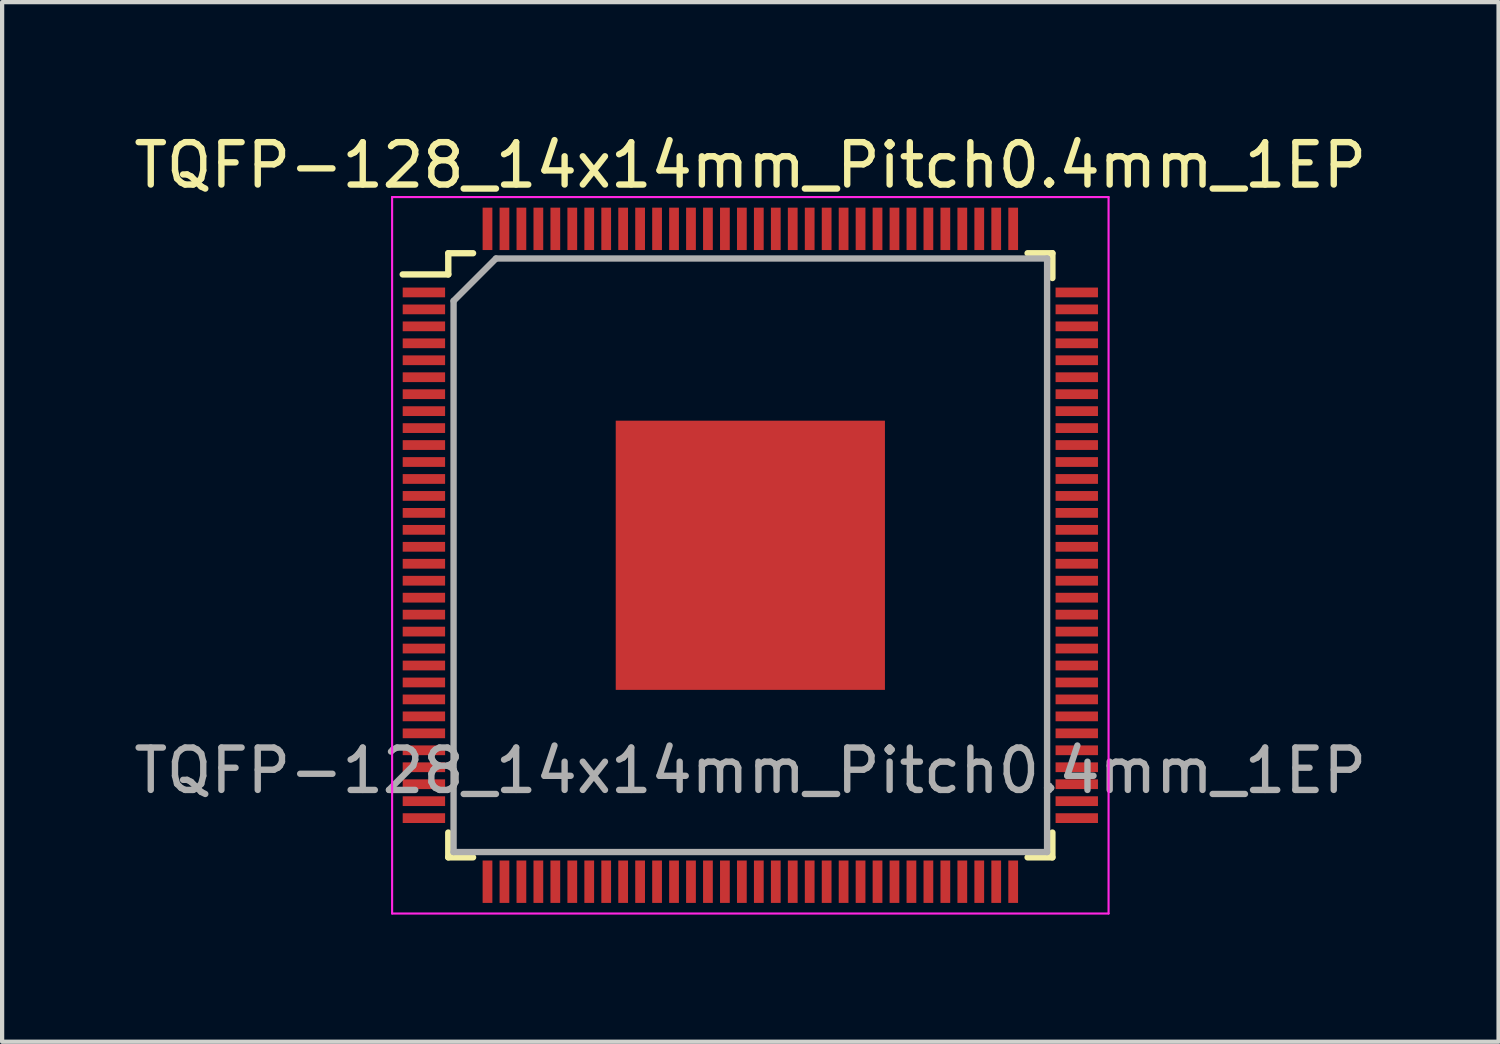
<source format=kicad_pcb>
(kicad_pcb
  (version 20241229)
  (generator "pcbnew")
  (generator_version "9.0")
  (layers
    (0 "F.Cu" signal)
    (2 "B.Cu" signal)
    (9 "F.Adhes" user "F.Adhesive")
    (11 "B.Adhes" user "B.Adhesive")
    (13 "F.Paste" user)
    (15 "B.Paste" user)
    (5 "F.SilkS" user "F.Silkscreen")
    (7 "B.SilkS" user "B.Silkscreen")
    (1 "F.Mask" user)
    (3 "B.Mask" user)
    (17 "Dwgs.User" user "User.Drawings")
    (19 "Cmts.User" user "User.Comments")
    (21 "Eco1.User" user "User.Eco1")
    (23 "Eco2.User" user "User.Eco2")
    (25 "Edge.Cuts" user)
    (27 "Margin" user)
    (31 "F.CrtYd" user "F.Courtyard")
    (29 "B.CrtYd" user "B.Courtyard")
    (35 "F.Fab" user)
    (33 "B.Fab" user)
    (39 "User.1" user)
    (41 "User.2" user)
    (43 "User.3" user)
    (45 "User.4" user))
  (footprint "TQFP-128_14x14mm_Pitch0.4mm_1EP"
    (layer "F.Cu")
    (at 14.649 10.048)
    (property "Reference" "TQFP-128_14x14mm_Pitch0.4mm_1EP" (at 0 -9.2 0) (layer "F.SilkS") (effects (font (size 1 1) (thickness 0.15))))
    (attr smd)
    (fp_line (start -7.125 -7.125) (end -7.125 -6.625) (stroke (width 0.15) (type solid)) (layer "F.SilkS"))
    (fp_line (start -7.125 -7.125) (end -6.54 -7.125) (stroke (width 0.15) (type solid)) (layer "F.SilkS"))
    (fp_line (start -7.125 -6.625) (end -8.2 -6.625) (stroke (width 0.15) (type solid)) (layer "F.SilkS"))
    (fp_line (start -7.125 7.125) (end -7.125 6.54) (stroke (width 0.15) (type solid)) (layer "F.SilkS"))
    (fp_line (start -7.125 7.125) (end -6.54 7.125) (stroke (width 0.15) (type solid)) (layer "F.SilkS"))
    (fp_line (start 7.125 -7.125) (end 6.54 -7.125) (stroke (width 0.15) (type solid)) (layer "F.SilkS"))
    (fp_line (start 7.125 -7.125) (end 7.125 -6.54) (stroke (width 0.15) (type solid)) (layer "F.SilkS"))
    (fp_line (start 7.125 7.125) (end 6.54 7.125) (stroke (width 0.15) (type solid)) (layer "F.SilkS"))
    (fp_line (start 7.125 7.125) (end 7.125 6.54) (stroke (width 0.15) (type solid)) (layer "F.SilkS"))
    (fp_line (start -8.45 -8.45) (end -8.45 8.45) (stroke (width 0.05) (type solid)) (layer "F.CrtYd"))
    (fp_line (start -8.45 -8.45) (end 8.45 -8.45) (stroke (width 0.05) (type solid)) (layer "F.CrtYd"))
    (fp_line (start -8.45 8.45) (end 8.45 8.45) (stroke (width 0.05) (type solid)) (layer "F.CrtYd"))
    (fp_line (start 8.45 -8.45) (end 8.45 8.45) (stroke (width 0.05) (type solid)) (layer "F.CrtYd"))
    (fp_line (start -7 -6) (end -6 -7) (stroke (width 0.15) (type solid)) (layer "F.Fab"))
    (fp_line (start -7 7) (end -7 -6) (stroke (width 0.15) (type solid)) (layer "F.Fab"))
    (fp_line (start -6 -7) (end 7 -7) (stroke (width 0.15) (type solid)) (layer "F.Fab"))
    (fp_line (start 7 -7) (end 7 7) (stroke (width 0.15) (type solid)) (layer "F.Fab"))
    (fp_line (start 7 7) (end -7 7) (stroke (width 0.15) (type solid)) (layer "F.Fab"))
    (fp_text user "${REFERENCE}" (at 0 5.08 0) (layer "F.Fab") (effects (font (size 1 1) (thickness 0.15))))
    (pad "1" smd rect (at -7.7 -6.2) (size 1 0.23) (layers "F.Cu" "F.Mask" "F.Paste"))
    (pad "2" smd rect (at -7.7 -5.8) (size 1 0.23) (layers "F.Cu" "F.Mask" "F.Paste"))
    (pad "3" smd rect (at -7.7 -5.4) (size 1 0.23) (layers "F.Cu" "F.Mask" "F.Paste"))
    (pad "4" smd rect (at -7.7 -5) (size 1 0.23) (layers "F.Cu" "F.Mask" "F.Paste"))
    (pad "5" smd rect (at -7.7 -4.6) (size 1 0.23) (layers "F.Cu" "F.Mask" "F.Paste"))
    (pad "6" smd rect (at -7.7 -4.2) (size 1 0.23) (layers "F.Cu" "F.Mask" "F.Paste"))
    (pad "7" smd rect (at -7.7 -3.8) (size 1 0.23) (layers "F.Cu" "F.Mask" "F.Paste"))
    (pad "8" smd rect (at -7.7 -3.4) (size 1 0.23) (layers "F.Cu" "F.Mask" "F.Paste"))
    (pad "9" smd rect (at -7.7 -3) (size 1 0.23) (layers "F.Cu" "F.Mask" "F.Paste"))
    (pad "10" smd rect (at -7.7 -2.6) (size 1 0.23) (layers "F.Cu" "F.Mask" "F.Paste"))
    (pad "11" smd rect (at -7.7 -2.2) (size 1 0.23) (layers "F.Cu" "F.Mask" "F.Paste"))
    (pad "12" smd rect (at -7.7 -1.8) (size 1 0.23) (layers "F.Cu" "F.Mask" "F.Paste"))
    (pad "13" smd rect (at -7.7 -1.4) (size 1 0.23) (layers "F.Cu" "F.Mask" "F.Paste"))
    (pad "14" smd rect (at -7.7 -1) (size 1 0.23) (layers "F.Cu" "F.Mask" "F.Paste"))
    (pad "15" smd rect (at -7.7 -0.6) (size 1 0.23) (layers "F.Cu" "F.Mask" "F.Paste"))
    (pad "16" smd rect (at -7.7 -0.2) (size 1 0.23) (layers "F.Cu" "F.Mask" "F.Paste"))
    (pad "17" smd rect (at -7.7 0.2) (size 1 0.23) (layers "F.Cu" "F.Mask" "F.Paste"))
    (pad "18" smd rect (at -7.7 0.6) (size 1 0.23) (layers "F.Cu" "F.Mask" "F.Paste"))
    (pad "19" smd rect (at -7.7 1) (size 1 0.23) (layers "F.Cu" "F.Mask" "F.Paste"))
    (pad "20" smd rect (at -7.7 1.4) (size 1 0.23) (layers "F.Cu" "F.Mask" "F.Paste"))
    (pad "21" smd rect (at -7.7 1.8) (size 1 0.23) (layers "F.Cu" "F.Mask" "F.Paste"))
    (pad "22" smd rect (at -7.7 2.2) (size 1 0.23) (layers "F.Cu" "F.Mask" "F.Paste"))
    (pad "23" smd rect (at -7.7 2.6) (size 1 0.23) (layers "F.Cu" "F.Mask" "F.Paste"))
    (pad "24" smd rect (at -7.7 3) (size 1 0.23) (layers "F.Cu" "F.Mask" "F.Paste"))
    (pad "25" smd rect (at -7.7 3.4) (size 1 0.23) (layers "F.Cu" "F.Mask" "F.Paste"))
    (pad "26" smd rect (at -7.7 3.8) (size 1 0.23) (layers "F.Cu" "F.Mask" "F.Paste"))
    (pad "27" smd rect (at -7.7 4.2) (size 1 0.23) (layers "F.Cu" "F.Mask" "F.Paste"))
    (pad "28" smd rect (at -7.7 4.6) (size 1 0.23) (layers "F.Cu" "F.Mask" "F.Paste"))
    (pad "29" smd rect (at -7.7 5) (size 1 0.23) (layers "F.Cu" "F.Mask" "F.Paste"))
    (pad "30" smd rect (at -7.7 5.4) (size 1 0.23) (layers "F.Cu" "F.Mask" "F.Paste"))
    (pad "31" smd rect (at -7.7 5.8) (size 1 0.23) (layers "F.Cu" "F.Mask" "F.Paste"))
    (pad "32" smd rect (at -7.7 6.2) (size 1 0.23) (layers "F.Cu" "F.Mask" "F.Paste"))
    (pad "33" smd rect (at -6.2 7.7 90) (size 1 0.23) (layers "F.Cu" "F.Mask" "F.Paste"))
    (pad "34" smd rect (at -5.8 7.7 90) (size 1 0.23) (layers "F.Cu" "F.Mask" "F.Paste"))
    (pad "35" smd rect (at -5.4 7.7 90) (size 1 0.23) (layers "F.Cu" "F.Mask" "F.Paste"))
    (pad "36" smd rect (at -5 7.7 90) (size 1 0.23) (layers "F.Cu" "F.Mask" "F.Paste"))
    (pad "37" smd rect (at -4.6 7.7 90) (size 1 0.23) (layers "F.Cu" "F.Mask" "F.Paste"))
    (pad "38" smd rect (at -4.2 7.7 90) (size 1 0.23) (layers "F.Cu" "F.Mask" "F.Paste"))
    (pad "39" smd rect (at -3.8 7.7 90) (size 1 0.23) (layers "F.Cu" "F.Mask" "F.Paste"))
    (pad "40" smd rect (at -3.4 7.7 90) (size 1 0.23) (layers "F.Cu" "F.Mask" "F.Paste"))
    (pad "41" smd rect (at -3 7.7 90) (size 1 0.23) (layers "F.Cu" "F.Mask" "F.Paste"))
    (pad "42" smd rect (at -2.6 7.7 90) (size 1 0.23) (layers "F.Cu" "F.Mask" "F.Paste"))
    (pad "43" smd rect (at -2.2 7.7 90) (size 1 0.23) (layers "F.Cu" "F.Mask" "F.Paste"))
    (pad "44" smd rect (at -1.8 7.7 90) (size 1 0.23) (layers "F.Cu" "F.Mask" "F.Paste"))
    (pad "45" smd rect (at -1.4 7.7 90) (size 1 0.23) (layers "F.Cu" "F.Mask" "F.Paste"))
    (pad "46" smd rect (at -1 7.7 90) (size 1 0.23) (layers "F.Cu" "F.Mask" "F.Paste"))
    (pad "47" smd rect (at -0.6 7.7 90) (size 1 0.23) (layers "F.Cu" "F.Mask" "F.Paste"))
    (pad "48" smd rect (at -0.2 7.7 90) (size 1 0.23) (layers "F.Cu" "F.Mask" "F.Paste"))
    (pad "49" smd rect (at 0.2 7.7 90) (size 1 0.23) (layers "F.Cu" "F.Mask" "F.Paste"))
    (pad "50" smd rect (at 0.6 7.7 90) (size 1 0.23) (layers "F.Cu" "F.Mask" "F.Paste"))
    (pad "51" smd rect (at 1 7.7 90) (size 1 0.23) (layers "F.Cu" "F.Mask" "F.Paste"))
    (pad "52" smd rect (at 1.4 7.7 90) (size 1 0.23) (layers "F.Cu" "F.Mask" "F.Paste"))
    (pad "53" smd rect (at 1.8 7.7 90) (size 1 0.23) (layers "F.Cu" "F.Mask" "F.Paste"))
    (pad "54" smd rect (at 2.2 7.7 90) (size 1 0.23) (layers "F.Cu" "F.Mask" "F.Paste"))
    (pad "55" smd rect (at 2.6 7.7 90) (size 1 0.23) (layers "F.Cu" "F.Mask" "F.Paste"))
    (pad "56" smd rect (at 3 7.7 90) (size 1 0.23) (layers "F.Cu" "F.Mask" "F.Paste"))
    (pad "57" smd rect (at 3.4 7.7 90) (size 1 0.23) (layers "F.Cu" "F.Mask" "F.Paste"))
    (pad "58" smd rect (at 3.8 7.7 90) (size 1 0.23) (layers "F.Cu" "F.Mask" "F.Paste"))
    (pad "59" smd rect (at 4.2 7.7 90) (size 1 0.23) (layers "F.Cu" "F.Mask" "F.Paste"))
    (pad "60" smd rect (at 4.6 7.7 90) (size 1 0.23) (layers "F.Cu" "F.Mask" "F.Paste"))
    (pad "61" smd rect (at 5 7.7 90) (size 1 0.23) (layers "F.Cu" "F.Mask" "F.Paste"))
    (pad "62" smd rect (at 5.4 7.7 90) (size 1 0.23) (layers "F.Cu" "F.Mask" "F.Paste"))
    (pad "63" smd rect (at 5.8 7.7 90) (size 1 0.23) (layers "F.Cu" "F.Mask" "F.Paste"))
    (pad "64" smd rect (at 6.2 7.7 90) (size 1 0.23) (layers "F.Cu" "F.Mask" "F.Paste"))
    (pad "65" smd rect (at 7.7 6.2) (size 1 0.23) (layers "F.Cu" "F.Mask" "F.Paste"))
    (pad "66" smd rect (at 7.7 5.8) (size 1 0.23) (layers "F.Cu" "F.Mask" "F.Paste"))
    (pad "67" smd rect (at 7.7 5.4) (size 1 0.23) (layers "F.Cu" "F.Mask" "F.Paste"))
    (pad "68" smd rect (at 7.7 5) (size 1 0.23) (layers "F.Cu" "F.Mask" "F.Paste"))
    (pad "69" smd rect (at 7.7 4.6) (size 1 0.23) (layers "F.Cu" "F.Mask" "F.Paste"))
    (pad "70" smd rect (at 7.7 4.2) (size 1 0.23) (layers "F.Cu" "F.Mask" "F.Paste"))
    (pad "71" smd rect (at 7.7 3.8) (size 1 0.23) (layers "F.Cu" "F.Mask" "F.Paste"))
    (pad "72" smd rect (at 7.7 3.4) (size 1 0.23) (layers "F.Cu" "F.Mask" "F.Paste"))
    (pad "73" smd rect (at 7.7 3) (size 1 0.23) (layers "F.Cu" "F.Mask" "F.Paste"))
    (pad "74" smd rect (at 7.7 2.6) (size 1 0.23) (layers "F.Cu" "F.Mask" "F.Paste"))
    (pad "75" smd rect (at 7.7 2.2) (size 1 0.23) (layers "F.Cu" "F.Mask" "F.Paste"))
    (pad "76" smd rect (at 7.7 1.8) (size 1 0.23) (layers "F.Cu" "F.Mask" "F.Paste"))
    (pad "77" smd rect (at 7.7 1.4) (size 1 0.23) (layers "F.Cu" "F.Mask" "F.Paste"))
    (pad "78" smd rect (at 7.7 1) (size 1 0.23) (layers "F.Cu" "F.Mask" "F.Paste"))
    (pad "79" smd rect (at 7.7 0.6) (size 1 0.23) (layers "F.Cu" "F.Mask" "F.Paste"))
    (pad "80" smd rect (at 7.7 0.2) (size 1 0.23) (layers "F.Cu" "F.Mask" "F.Paste"))
    (pad "81" smd rect (at 7.7 -0.2) (size 1 0.23) (layers "F.Cu" "F.Mask" "F.Paste"))
    (pad "82" smd rect (at 7.7 -0.6) (size 1 0.23) (layers "F.Cu" "F.Mask" "F.Paste"))
    (pad "83" smd rect (at 7.7 -1) (size 1 0.23) (layers "F.Cu" "F.Mask" "F.Paste"))
    (pad "84" smd rect (at 7.7 -1.4) (size 1 0.23) (layers "F.Cu" "F.Mask" "F.Paste"))
    (pad "85" smd rect (at 7.7 -1.8) (size 1 0.23) (layers "F.Cu" "F.Mask" "F.Paste"))
    (pad "86" smd rect (at 7.7 -2.2) (size 1 0.23) (layers "F.Cu" "F.Mask" "F.Paste"))
    (pad "87" smd rect (at 7.7 -2.6) (size 1 0.23) (layers "F.Cu" "F.Mask" "F.Paste"))
    (pad "88" smd rect (at 7.7 -3) (size 1 0.23) (layers "F.Cu" "F.Mask" "F.Paste"))
    (pad "89" smd rect (at 7.7 -3.4) (size 1 0.23) (layers "F.Cu" "F.Mask" "F.Paste"))
    (pad "90" smd rect (at 7.7 -3.8) (size 1 0.23) (layers "F.Cu" "F.Mask" "F.Paste"))
    (pad "91" smd rect (at 7.7 -4.2) (size 1 0.23) (layers "F.Cu" "F.Mask" "F.Paste"))
    (pad "92" smd rect (at 7.7 -4.6) (size 1 0.23) (layers "F.Cu" "F.Mask" "F.Paste"))
    (pad "93" smd rect (at 7.7 -5) (size 1 0.23) (layers "F.Cu" "F.Mask" "F.Paste"))
    (pad "94" smd rect (at 7.7 -5.4) (size 1 0.23) (layers "F.Cu" "F.Mask" "F.Paste"))
    (pad "95" smd rect (at 7.7 -5.8) (size 1 0.23) (layers "F.Cu" "F.Mask" "F.Paste"))
    (pad "96" smd rect (at 7.7 -6.2) (size 1 0.23) (layers "F.Cu" "F.Mask" "F.Paste"))
    (pad "97" smd rect (at 6.2 -7.7 90) (size 1 0.23) (layers "F.Cu" "F.Mask" "F.Paste"))
    (pad "98" smd rect (at 5.8 -7.7 90) (size 1 0.23) (layers "F.Cu" "F.Mask" "F.Paste"))
    (pad "99" smd rect (at 5.4 -7.7 90) (size 1 0.23) (layers "F.Cu" "F.Mask" "F.Paste"))
    (pad "100" smd rect (at 5 -7.7 90) (size 1 0.23) (layers "F.Cu" "F.Mask" "F.Paste"))
    (pad "101" smd rect (at 4.6 -7.7 90) (size 1 0.23) (layers "F.Cu" "F.Mask" "F.Paste"))
    (pad "102" smd rect (at 4.2 -7.7 90) (size 1 0.23) (layers "F.Cu" "F.Mask" "F.Paste"))
    (pad "103" smd rect (at 3.8 -7.7 90) (size 1 0.23) (layers "F.Cu" "F.Mask" "F.Paste"))
    (pad "104" smd rect (at 3.4 -7.7 90) (size 1 0.23) (layers "F.Cu" "F.Mask" "F.Paste"))
    (pad "105" smd rect (at 3 -7.7 90) (size 1 0.23) (layers "F.Cu" "F.Mask" "F.Paste"))
    (pad "106" smd rect (at 2.6 -7.7 90) (size 1 0.23) (layers "F.Cu" "F.Mask" "F.Paste"))
    (pad "107" smd rect (at 2.2 -7.7 90) (size 1 0.23) (layers "F.Cu" "F.Mask" "F.Paste"))
    (pad "108" smd rect (at 1.8 -7.7 90) (size 1 0.23) (layers "F.Cu" "F.Mask" "F.Paste"))
    (pad "109" smd rect (at 1.4 -7.7 90) (size 1 0.23) (layers "F.Cu" "F.Mask" "F.Paste"))
    (pad "110" smd rect (at 1 -7.7 90) (size 1 0.23) (layers "F.Cu" "F.Mask" "F.Paste"))
    (pad "111" smd rect (at 0.6 -7.7 90) (size 1 0.23) (layers "F.Cu" "F.Mask" "F.Paste"))
    (pad "112" smd rect (at 0.2 -7.7 90) (size 1 0.23) (layers "F.Cu" "F.Mask" "F.Paste"))
    (pad "113" smd rect (at -0.2 -7.7 90) (size 1 0.23) (layers "F.Cu" "F.Mask" "F.Paste"))
    (pad "114" smd rect (at -0.6 -7.7 90) (size 1 0.23) (layers "F.Cu" "F.Mask" "F.Paste"))
    (pad "115" smd rect (at -1 -7.7 90) (size 1 0.23) (layers "F.Cu" "F.Mask" "F.Paste"))
    (pad "116" smd rect (at -1.4 -7.7 90) (size 1 0.23) (layers "F.Cu" "F.Mask" "F.Paste"))
    (pad "117" smd rect (at -1.8 -7.7 90) (size 1 0.23) (layers "F.Cu" "F.Mask" "F.Paste"))
    (pad "118" smd rect (at -2.2 -7.7 90) (size 1 0.23) (layers "F.Cu" "F.Mask" "F.Paste"))
    (pad "119" smd rect (at -2.6 -7.7 90) (size 1 0.23) (layers "F.Cu" "F.Mask" "F.Paste"))
    (pad "120" smd rect (at -3 -7.7 90) (size 1 0.23) (layers "F.Cu" "F.Mask" "F.Paste"))
    (pad "121" smd rect (at -3.4 -7.7 90) (size 1 0.23) (layers "F.Cu" "F.Mask" "F.Paste"))
    (pad "122" smd rect (at -3.8 -7.7 90) (size 1 0.23) (layers "F.Cu" "F.Mask" "F.Paste"))
    (pad "123" smd rect (at -4.2 -7.7 90) (size 1 0.23) (layers "F.Cu" "F.Mask" "F.Paste"))
    (pad "124" smd rect (at -4.6 -7.7 90) (size 1 0.23) (layers "F.Cu" "F.Mask" "F.Paste"))
    (pad "125" smd rect (at -5 -7.7 90) (size 1 0.23) (layers "F.Cu" "F.Mask" "F.Paste"))
    (pad "126" smd rect (at -5.4 -7.7 90) (size 1 0.23) (layers "F.Cu" "F.Mask" "F.Paste"))
    (pad "127" smd rect (at -5.8 -7.7 90) (size 1 0.23) (layers "F.Cu" "F.Mask" "F.Paste"))
    (pad "128" smd rect (at -6.2 -7.7 90) (size 1 0.23) (layers "F.Cu" "F.Mask" "F.Paste"))
    (pad "129" smd rect (at 0 0) (size 6.35 6.35) (layers "F.Cu" "F.Mask" "F.Paste")))
  (gr_rect
    (start -3 -3)
    (end 32.298 21.523)
    (stroke (width 0.1) (type default))
    (fill no)
    (layer "Edge.Cuts")))
</source>
